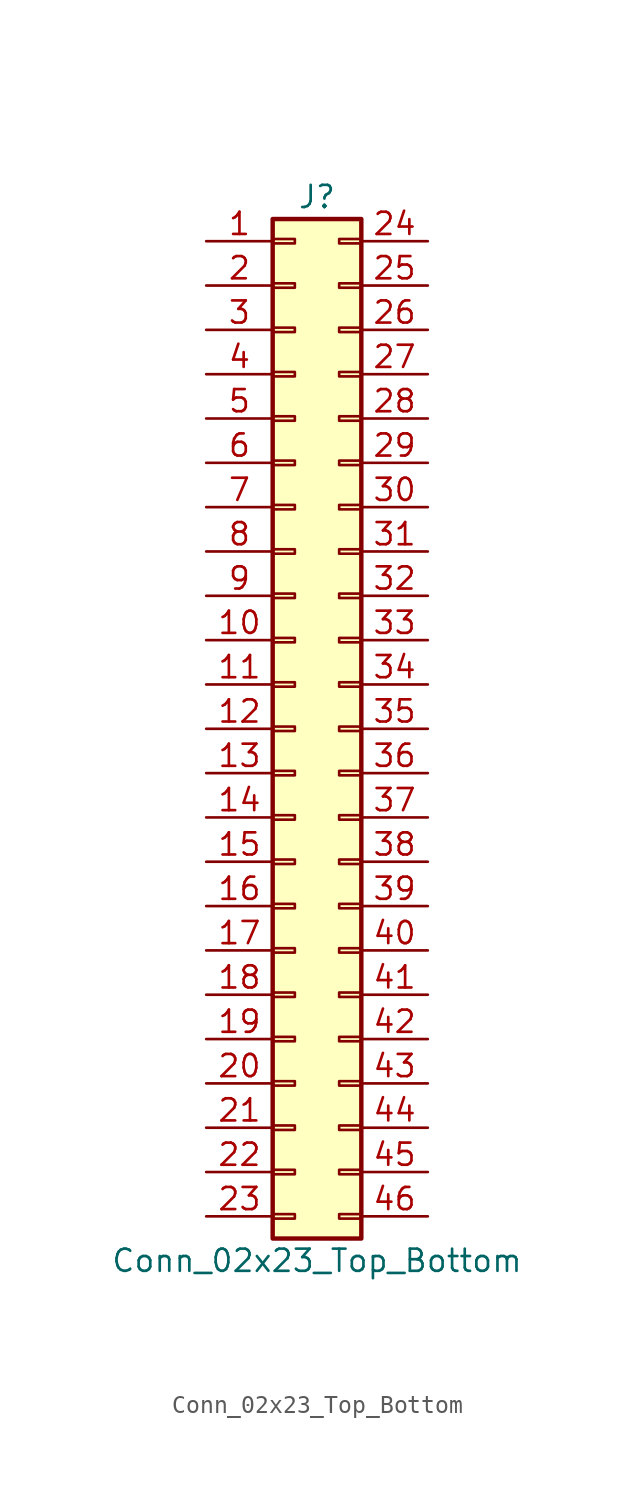
<source format=kicad_sym>
(kicad_symbol_lib
  (version 20201005)
  (generator kicad_symbol_editor)
  (symbol "Conn_02x23_Top_Bottom"
    (pin_names
      (offset 1.016) hide)
    (property "Reference" "J"
      (at 1.27 30.48 0)
      (effects (font (size 1.27 1.27))))
    (property "Value" "Conn_02x23_Top_Bottom"
      (at 1.27 -30.48 0)
      (effects (font (size 1.27 1.27))))
    (symbol "Conn_02x23_Top_Bottom_1_1"
      (rectangle (start -1.27 -27.813) (end 0 -28.067) (stroke (width 0.152)) (fill (type none)))
      (rectangle (start -1.27 -25.273) (end 0 -25.527) (stroke (width 0.152)) (fill (type none)))
      (rectangle (start -1.27 -22.733) (end 0 -22.987) (stroke (width 0.152)) (fill (type none)))
      (rectangle (start -1.27 -20.193) (end 0 -20.447) (stroke (width 0.152)) (fill (type none)))
      (rectangle (start -1.27 -17.653) (end 0 -17.907) (stroke (width 0.152)) (fill (type none)))
      (rectangle (start -1.27 -15.113) (end 0 -15.367) (stroke (width 0.152)) (fill (type none)))
      (rectangle (start -1.27 -12.573) (end 0 -12.827) (stroke (width 0.152)) (fill (type none)))
      (rectangle (start -1.27 -10.033) (end 0 -10.287) (stroke (width 0.152)) (fill (type none)))
      (rectangle (start -1.27 -7.493) (end 0 -7.747) (stroke (width 0.152)) (fill (type none)))
      (rectangle (start -1.27 -4.953) (end 0 -5.207) (stroke (width 0.152)) (fill (type none)))
      (rectangle (start -1.27 -2.413) (end 0 -2.667) (stroke (width 0.152)) (fill (type none)))
      (rectangle (start -1.27 0.127) (end 0 -0.127) (stroke (width 0.152)) (fill (type none)))
      (rectangle (start -1.27 2.667) (end 0 2.413) (stroke (width 0.152)) (fill (type none)))
      (rectangle (start -1.27 5.207) (end 0 4.953) (stroke (width 0.152)) (fill (type none)))
      (rectangle (start -1.27 7.747) (end 0 7.493) (stroke (width 0.152)) (fill (type none)))
      (rectangle (start -1.27 10.287) (end 0 10.033) (stroke (width 0.152)) (fill (type none)))
      (rectangle (start -1.27 12.827) (end 0 12.573) (stroke (width 0.152)) (fill (type none)))
      (rectangle (start -1.27 15.367) (end 0 15.113) (stroke (width 0.152)) (fill (type none)))
      (rectangle (start -1.27 17.907) (end 0 17.653) (stroke (width 0.152)) (fill (type none)))
      (rectangle (start -1.27 20.447) (end 0 20.193) (stroke (width 0.152)) (fill (type none)))
      (rectangle (start -1.27 22.987) (end 0 22.733) (stroke (width 0.152)) (fill (type none)))
      (rectangle (start -1.27 25.527) (end 0 25.273) (stroke (width 0.152)) (fill (type none)))
      (rectangle (start -1.27 28.067) (end 0 27.813) (stroke (width 0.152)) (fill (type none)))
      (rectangle (start -1.27 29.21) (end 3.81 -29.21) (stroke (width 0.254)) (fill (type background)))
      (rectangle (start 3.81 -27.813) (end 2.54 -28.067) (stroke (width 0.152)) (fill (type none)))
      (rectangle (start 3.81 -25.273) (end 2.54 -25.527) (stroke (width 0.152)) (fill (type none)))
      (rectangle (start 3.81 -22.733) (end 2.54 -22.987) (stroke (width 0.152)) (fill (type none)))
      (rectangle (start 3.81 -20.193) (end 2.54 -20.447) (stroke (width 0.152)) (fill (type none)))
      (rectangle (start 3.81 -17.653) (end 2.54 -17.907) (stroke (width 0.152)) (fill (type none)))
      (rectangle (start 3.81 -15.113) (end 2.54 -15.367) (stroke (width 0.152)) (fill (type none)))
      (rectangle (start 3.81 -12.573) (end 2.54 -12.827) (stroke (width 0.152)) (fill (type none)))
      (rectangle (start 3.81 -10.033) (end 2.54 -10.287) (stroke (width 0.152)) (fill (type none)))
      (rectangle (start 3.81 -7.493) (end 2.54 -7.747) (stroke (width 0.152)) (fill (type none)))
      (rectangle (start 3.81 -4.953) (end 2.54 -5.207) (stroke (width 0.152)) (fill (type none)))
      (rectangle (start 3.81 -2.413) (end 2.54 -2.667) (stroke (width 0.152)) (fill (type none)))
      (rectangle (start 3.81 0.127) (end 2.54 -0.127) (stroke (width 0.152)) (fill (type none)))
      (rectangle (start 3.81 2.667) (end 2.54 2.413) (stroke (width 0.152)) (fill (type none)))
      (rectangle (start 3.81 5.207) (end 2.54 4.953) (stroke (width 0.152)) (fill (type none)))
      (rectangle (start 3.81 7.747) (end 2.54 7.493) (stroke (width 0.152)) (fill (type none)))
      (rectangle (start 3.81 10.287) (end 2.54 10.033) (stroke (width 0.152)) (fill (type none)))
      (rectangle (start 3.81 12.827) (end 2.54 12.573) (stroke (width 0.152)) (fill (type none)))
      (rectangle (start 3.81 15.367) (end 2.54 15.113) (stroke (width 0.152)) (fill (type none)))
      (rectangle (start 3.81 17.907) (end 2.54 17.653) (stroke (width 0.152)) (fill (type none)))
      (rectangle (start 3.81 20.447) (end 2.54 20.193) (stroke (width 0.152)) (fill (type none)))
      (rectangle (start 3.81 22.987) (end 2.54 22.733) (stroke (width 0.152)) (fill (type none)))
      (rectangle (start 3.81 25.527) (end 2.54 25.273) (stroke (width 0.152)) (fill (type none)))
      (rectangle (start 3.81 28.067) (end 2.54 27.813) (stroke (width 0.152)) (fill (type none)))
      (pin passive line (at -5.08 27.94 0) (length 3.81) (name "Pin_1" (effects (font (size 1.27 1.27)))) (number "1" (effects (font (size 1.27 1.27)))))
      (pin passive line (at -5.08 5.08 0) (length 3.81) (name "Pin_10" (effects (font (size 1.27 1.27)))) (number "10" (effects (font (size 1.27 1.27)))))
      (pin passive line (at -5.08 2.54 0) (length 3.81) (name "Pin_11" (effects (font (size 1.27 1.27)))) (number "11" (effects (font (size 1.27 1.27)))))
      (pin passive line (at -5.08 0 0) (length 3.81) (name "Pin_12" (effects (font (size 1.27 1.27)))) (number "12" (effects (font (size 1.27 1.27)))))
      (pin passive line (at -5.08 -2.54 0) (length 3.81) (name "Pin_13" (effects (font (size 1.27 1.27)))) (number "13" (effects (font (size 1.27 1.27)))))
      (pin passive line (at -5.08 -5.08 0) (length 3.81) (name "Pin_14" (effects (font (size 1.27 1.27)))) (number "14" (effects (font (size 1.27 1.27)))))
      (pin passive line (at -5.08 -7.62 0) (length 3.81) (name "Pin_15" (effects (font (size 1.27 1.27)))) (number "15" (effects (font (size 1.27 1.27)))))
      (pin passive line (at -5.08 -10.16 0) (length 3.81) (name "Pin_16" (effects (font (size 1.27 1.27)))) (number "16" (effects (font (size 1.27 1.27)))))
      (pin passive line (at -5.08 -12.7 0) (length 3.81) (name "Pin_17" (effects (font (size 1.27 1.27)))) (number "17" (effects (font (size 1.27 1.27)))))
      (pin passive line (at -5.08 -15.24 0) (length 3.81) (name "Pin_18" (effects (font (size 1.27 1.27)))) (number "18" (effects (font (size 1.27 1.27)))))
      (pin passive line (at -5.08 -17.78 0) (length 3.81) (name "Pin_19" (effects (font (size 1.27 1.27)))) (number "19" (effects (font (size 1.27 1.27)))))
      (pin passive line (at -5.08 25.4 0) (length 3.81) (name "Pin_2" (effects (font (size 1.27 1.27)))) (number "2" (effects (font (size 1.27 1.27)))))
      (pin passive line (at -5.08 -20.32 0) (length 3.81) (name "Pin_20" (effects (font (size 1.27 1.27)))) (number "20" (effects (font (size 1.27 1.27)))))
      (pin passive line (at -5.08 -22.86 0) (length 3.81) (name "Pin_21" (effects (font (size 1.27 1.27)))) (number "21" (effects (font (size 1.27 1.27)))))
      (pin passive line (at -5.08 -25.4 0) (length 3.81) (name "Pin_22" (effects (font (size 1.27 1.27)))) (number "22" (effects (font (size 1.27 1.27)))))
      (pin passive line (at -5.08 -27.94 0) (length 3.81) (name "Pin_23" (effects (font (size 1.27 1.27)))) (number "23" (effects (font (size 1.27 1.27)))))
      (pin passive line (at 7.62 27.94 180) (length 3.81) (name "Pin_24" (effects (font (size 1.27 1.27)))) (number "24" (effects (font (size 1.27 1.27)))))
      (pin passive line (at 7.62 25.4 180) (length 3.81) (name "Pin_25" (effects (font (size 1.27 1.27)))) (number "25" (effects (font (size 1.27 1.27)))))
      (pin passive line (at 7.62 22.86 180) (length 3.81) (name "Pin_26" (effects (font (size 1.27 1.27)))) (number "26" (effects (font (size 1.27 1.27)))))
      (pin passive line (at 7.62 20.32 180) (length 3.81) (name "Pin_27" (effects (font (size 1.27 1.27)))) (number "27" (effects (font (size 1.27 1.27)))))
      (pin passive line (at 7.62 17.78 180) (length 3.81) (name "Pin_28" (effects (font (size 1.27 1.27)))) (number "28" (effects (font (size 1.27 1.27)))))
      (pin passive line (at 7.62 15.24 180) (length 3.81) (name "Pin_29" (effects (font (size 1.27 1.27)))) (number "29" (effects (font (size 1.27 1.27)))))
      (pin passive line (at -5.08 22.86 0) (length 3.81) (name "Pin_3" (effects (font (size 1.27 1.27)))) (number "3" (effects (font (size 1.27 1.27)))))
      (pin passive line (at 7.62 12.7 180) (length 3.81) (name "Pin_30" (effects (font (size 1.27 1.27)))) (number "30" (effects (font (size 1.27 1.27)))))
      (pin passive line (at 7.62 10.16 180) (length 3.81) (name "Pin_31" (effects (font (size 1.27 1.27)))) (number "31" (effects (font (size 1.27 1.27)))))
      (pin passive line (at 7.62 7.62 180) (length 3.81) (name "Pin_32" (effects (font (size 1.27 1.27)))) (number "32" (effects (font (size 1.27 1.27)))))
      (pin passive line (at 7.62 5.08 180) (length 3.81) (name "Pin_33" (effects (font (size 1.27 1.27)))) (number "33" (effects (font (size 1.27 1.27)))))
      (pin passive line (at 7.62 2.54 180) (length 3.81) (name "Pin_34" (effects (font (size 1.27 1.27)))) (number "34" (effects (font (size 1.27 1.27)))))
      (pin passive line (at 7.62 0 180) (length 3.81) (name "Pin_35" (effects (font (size 1.27 1.27)))) (number "35" (effects (font (size 1.27 1.27)))))
      (pin passive line (at 7.62 -2.54 180) (length 3.81) (name "Pin_36" (effects (font (size 1.27 1.27)))) (number "36" (effects (font (size 1.27 1.27)))))
      (pin passive line (at 7.62 -5.08 180) (length 3.81) (name "Pin_37" (effects (font (size 1.27 1.27)))) (number "37" (effects (font (size 1.27 1.27)))))
      (pin passive line (at 7.62 -7.62 180) (length 3.81) (name "Pin_38" (effects (font (size 1.27 1.27)))) (number "38" (effects (font (size 1.27 1.27)))))
      (pin passive line (at 7.62 -10.16 180) (length 3.81) (name "Pin_39" (effects (font (size 1.27 1.27)))) (number "39" (effects (font (size 1.27 1.27)))))
      (pin passive line (at -5.08 20.32 0) (length 3.81) (name "Pin_4" (effects (font (size 1.27 1.27)))) (number "4" (effects (font (size 1.27 1.27)))))
      (pin passive line (at 7.62 -12.7 180) (length 3.81) (name "Pin_40" (effects (font (size 1.27 1.27)))) (number "40" (effects (font (size 1.27 1.27)))))
      (pin passive line (at 7.62 -15.24 180) (length 3.81) (name "Pin_41" (effects (font (size 1.27 1.27)))) (number "41" (effects (font (size 1.27 1.27)))))
      (pin passive line (at 7.62 -17.78 180) (length 3.81) (name "Pin_42" (effects (font (size 1.27 1.27)))) (number "42" (effects (font (size 1.27 1.27)))))
      (pin passive line (at 7.62 -20.32 180) (length 3.81) (name "Pin_43" (effects (font (size 1.27 1.27)))) (number "43" (effects (font (size 1.27 1.27)))))
      (pin passive line (at 7.62 -22.86 180) (length 3.81) (name "Pin_44" (effects (font (size 1.27 1.27)))) (number "44" (effects (font (size 1.27 1.27)))))
      (pin passive line (at 7.62 -25.4 180) (length 3.81) (name "Pin_45" (effects (font (size 1.27 1.27)))) (number "45" (effects (font (size 1.27 1.27)))))
      (pin passive line (at 7.62 -27.94 180) (length 3.81) (name "Pin_46" (effects (font (size 1.27 1.27)))) (number "46" (effects (font (size 1.27 1.27)))))
      (pin passive line (at -5.08 17.78 0) (length 3.81) (name "Pin_5" (effects (font (size 1.27 1.27)))) (number "5" (effects (font (size 1.27 1.27)))))
      (pin passive line (at -5.08 15.24 0) (length 3.81) (name "Pin_6" (effects (font (size 1.27 1.27)))) (number "6" (effects (font (size 1.27 1.27)))))
      (pin passive line (at -5.08 12.7 0) (length 3.81) (name "Pin_7" (effects (font (size 1.27 1.27)))) (number "7" (effects (font (size 1.27 1.27)))))
      (pin passive line (at -5.08 10.16 0) (length 3.81) (name "Pin_8" (effects (font (size 1.27 1.27)))) (number "8" (effects (font (size 1.27 1.27)))))
      (pin passive line (at -5.08 7.62 0) (length 3.81) (name "Pin_9" (effects (font (size 1.27 1.27)))) (number "9" (effects (font (size 1.27 1.27))))))))
</source>
